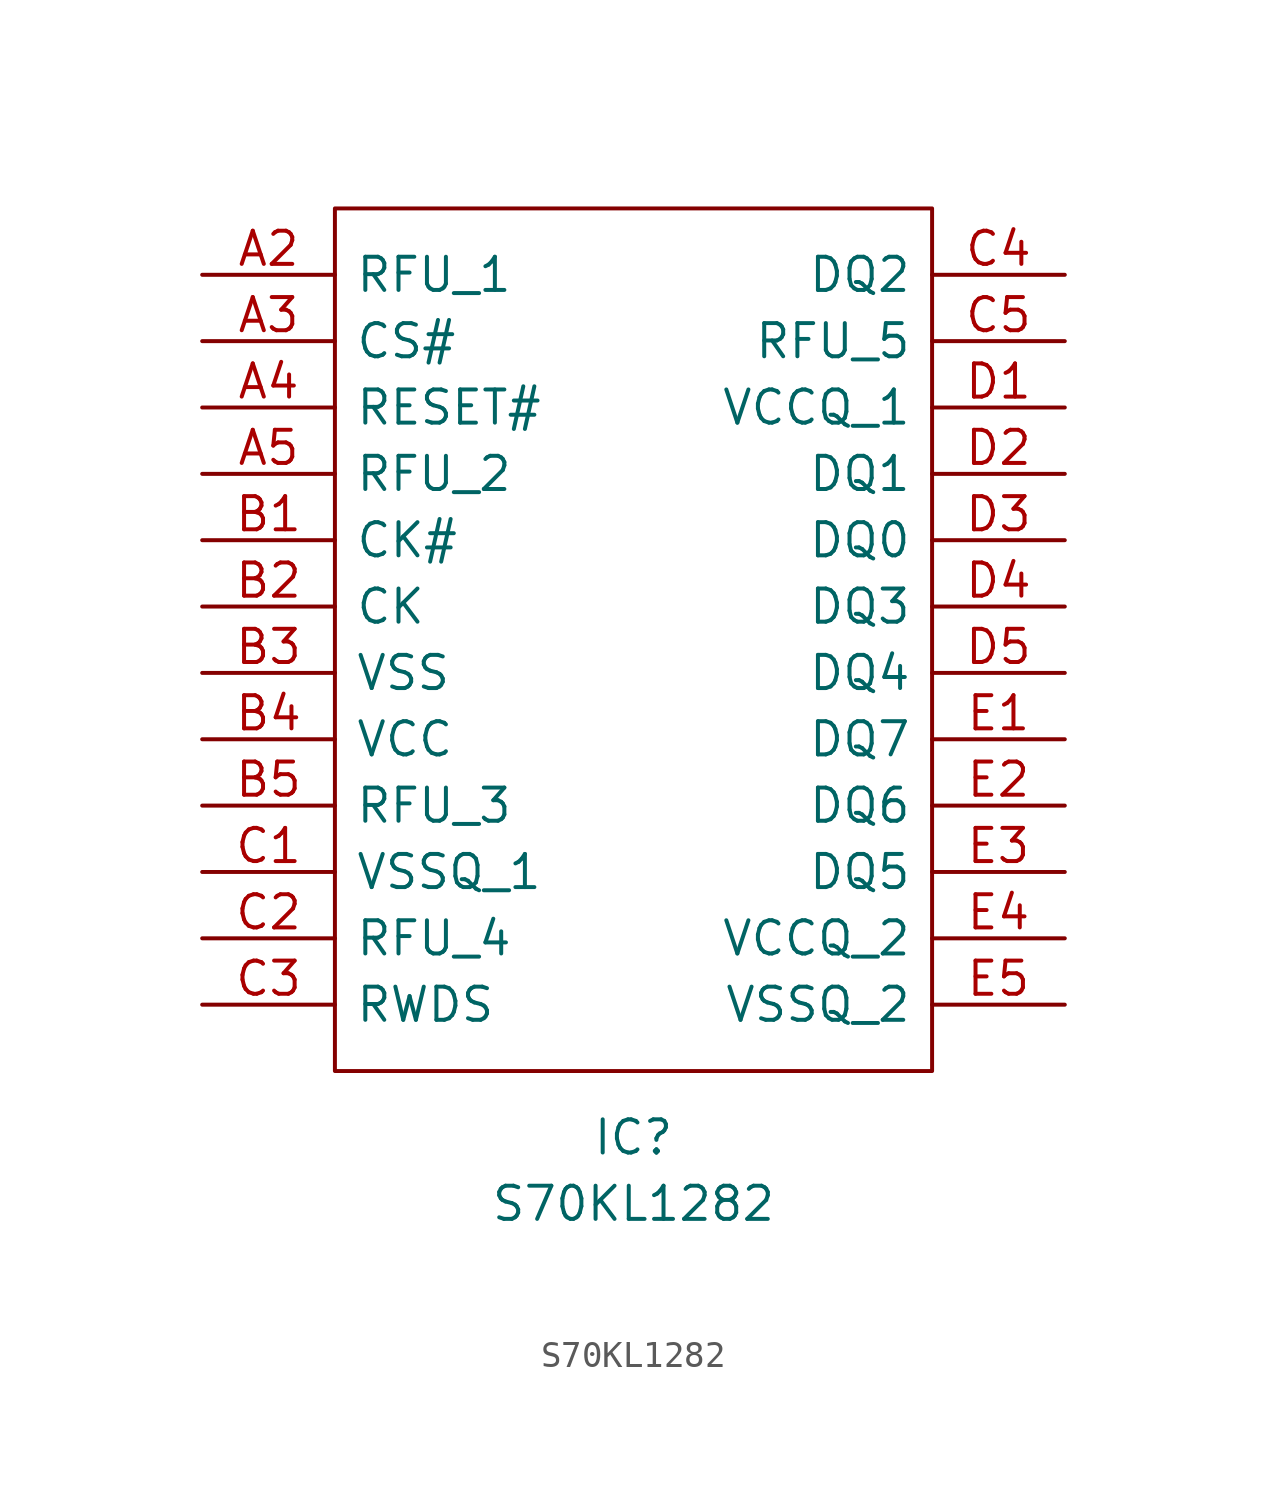
<source format=kicad_sym>
(kicad_symbol_lib
  (version 20220914)
  (generator kicad_symbol_editor)
  (symbol "S70KL1282"
    (pin_names
      (offset 0.762))
    (property "Reference" "IC"
      (at 16.51 -33.02 0)
      (effects (font (size 1.27 1.27))))
    (property "Value" "S70KL1282"
      (at 16.51 -35.56 0)
      (effects (font (size 1.27 1.27))))
    (symbol "S70KL1282_0_0"
      (pin passive line (at 0 0 0) (length 5.08) (name "RFU_1" (effects (font (size 1.27 1.27)))) (number "A2" (effects (font (size 1.27 1.27)))))
      (pin passive line (at 0 -2.54 0) (length 5.08) (name "CS#" (effects (font (size 1.27 1.27)))) (number "A3" (effects (font (size 1.27 1.27)))))
      (pin passive line (at 0 -5.08 0) (length 5.08) (name "RESET#" (effects (font (size 1.27 1.27)))) (number "A4" (effects (font (size 1.27 1.27)))))
      (pin passive line (at 0 -7.62 0) (length 5.08) (name "RFU_2" (effects (font (size 1.27 1.27)))) (number "A5" (effects (font (size 1.27 1.27)))))
      (pin passive line (at 0 -10.16 0) (length 5.08) (name "CK#" (effects (font (size 1.27 1.27)))) (number "B1" (effects (font (size 1.27 1.27)))))
      (pin passive line (at 0 -12.7 0) (length 5.08) (name "CK" (effects (font (size 1.27 1.27)))) (number "B2" (effects (font (size 1.27 1.27)))))
      (pin passive line (at 0 -15.24 0) (length 5.08) (name "VSS" (effects (font (size 1.27 1.27)))) (number "B3" (effects (font (size 1.27 1.27)))))
      (pin passive line (at 0 -17.78 0) (length 5.08) (name "VCC" (effects (font (size 1.27 1.27)))) (number "B4" (effects (font (size 1.27 1.27)))))
      (pin passive line (at 0 -20.32 0) (length 5.08) (name "RFU_3" (effects (font (size 1.27 1.27)))) (number "B5" (effects (font (size 1.27 1.27)))))
      (pin passive line (at 0 -22.86 0) (length 5.08) (name "VSSQ_1" (effects (font (size 1.27 1.27)))) (number "C1" (effects (font (size 1.27 1.27)))))
      (pin passive line (at 0 -25.4 0) (length 5.08) (name "RFU_4" (effects (font (size 1.27 1.27)))) (number "C2" (effects (font (size 1.27 1.27)))))
      (pin passive line (at 0 -27.94 0) (length 5.08) (name "RWDS" (effects (font (size 1.27 1.27)))) (number "C3" (effects (font (size 1.27 1.27)))))
      (pin passive line (at 33.02 0 180) (length 5.08) (name "DQ2" (effects (font (size 1.27 1.27)))) (number "C4" (effects (font (size 1.27 1.27)))))
      (pin passive line (at 33.02 -2.54 180) (length 5.08) (name "RFU_5" (effects (font (size 1.27 1.27)))) (number "C5" (effects (font (size 1.27 1.27)))))
      (pin passive line (at 33.02 -5.08 180) (length 5.08) (name "VCCQ_1" (effects (font (size 1.27 1.27)))) (number "D1" (effects (font (size 1.27 1.27)))))
      (pin passive line (at 33.02 -7.62 180) (length 5.08) (name "DQ1" (effects (font (size 1.27 1.27)))) (number "D2" (effects (font (size 1.27 1.27)))))
      (pin passive line (at 33.02 -10.16 180) (length 5.08) (name "DQ0" (effects (font (size 1.27 1.27)))) (number "D3" (effects (font (size 1.27 1.27)))))
      (pin passive line (at 33.02 -12.7 180) (length 5.08) (name "DQ3" (effects (font (size 1.27 1.27)))) (number "D4" (effects (font (size 1.27 1.27)))))
      (pin passive line (at 33.02 -15.24 180) (length 5.08) (name "DQ4" (effects (font (size 1.27 1.27)))) (number "D5" (effects (font (size 1.27 1.27)))))
      (pin passive line (at 33.02 -17.78 180) (length 5.08) (name "DQ7" (effects (font (size 1.27 1.27)))) (number "E1" (effects (font (size 1.27 1.27)))))
      (pin passive line (at 33.02 -20.32 180) (length 5.08) (name "DQ6" (effects (font (size 1.27 1.27)))) (number "E2" (effects (font (size 1.27 1.27)))))
      (pin passive line (at 33.02 -22.86 180) (length 5.08) (name "DQ5" (effects (font (size 1.27 1.27)))) (number "E3" (effects (font (size 1.27 1.27)))))
      (pin passive line (at 33.02 -25.4 180) (length 5.08) (name "VCCQ_2" (effects (font (size 1.27 1.27)))) (number "E4" (effects (font (size 1.27 1.27)))))
      (pin passive line (at 33.02 -27.94 180) (length 5.08) (name "VSSQ_2" (effects (font (size 1.27 1.27)))) (number "E5" (effects (font (size 1.27 1.27))))))
    (symbol "S70KL1282_0_1"
      (polyline (pts (xy 5.08 2.54) (xy 27.94 2.54) (xy 27.94 -30.48) (xy 5.08 -30.48) (xy 5.08 2.54)) (stroke (width 0.152) (type solid)) (fill (type none))))))
</source>
